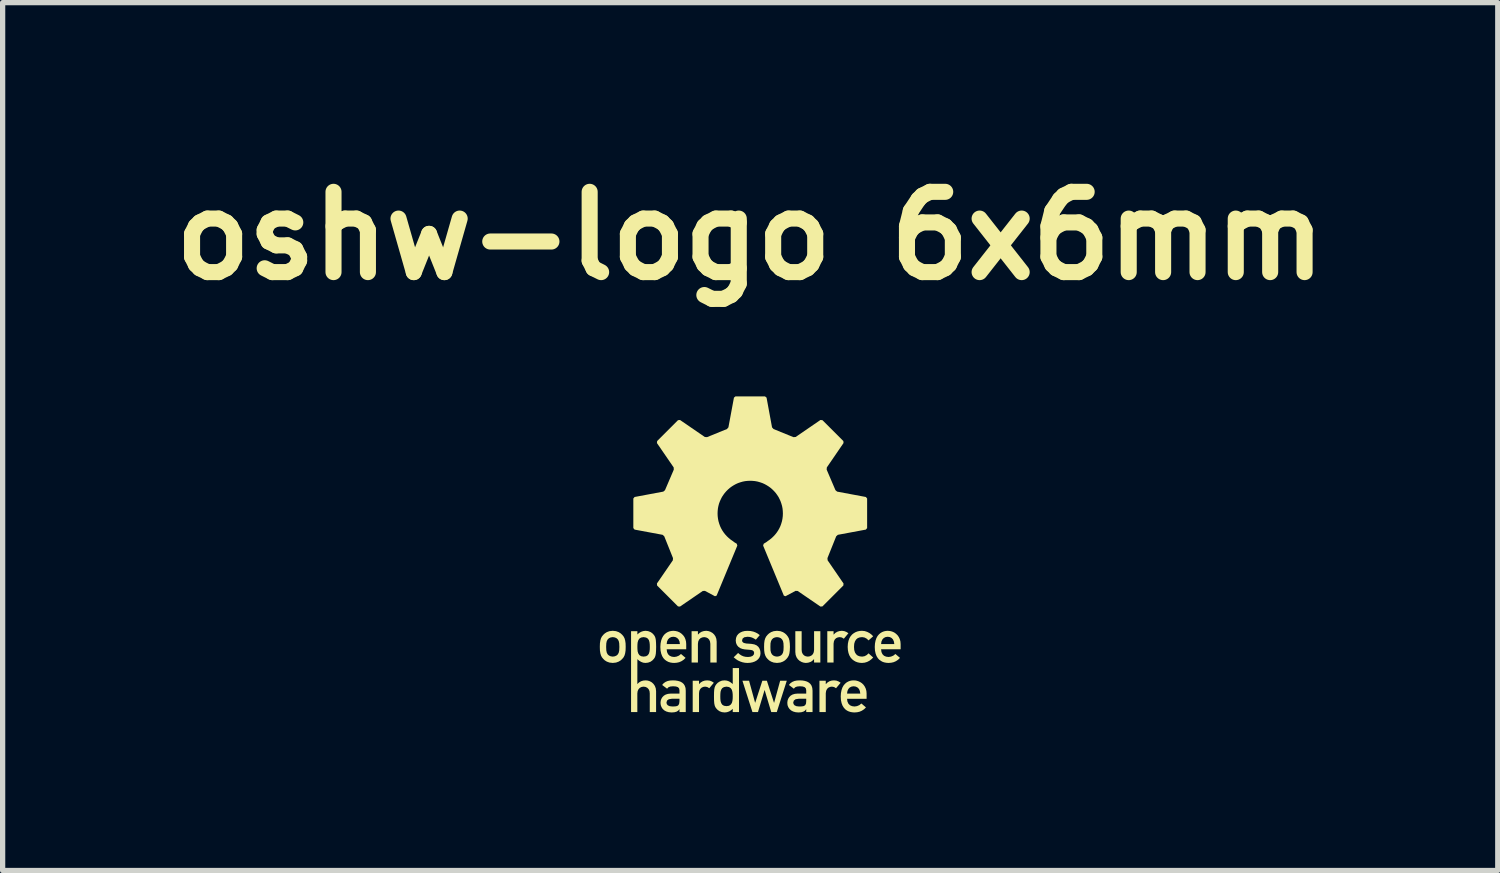
<source format=kicad_pcb>
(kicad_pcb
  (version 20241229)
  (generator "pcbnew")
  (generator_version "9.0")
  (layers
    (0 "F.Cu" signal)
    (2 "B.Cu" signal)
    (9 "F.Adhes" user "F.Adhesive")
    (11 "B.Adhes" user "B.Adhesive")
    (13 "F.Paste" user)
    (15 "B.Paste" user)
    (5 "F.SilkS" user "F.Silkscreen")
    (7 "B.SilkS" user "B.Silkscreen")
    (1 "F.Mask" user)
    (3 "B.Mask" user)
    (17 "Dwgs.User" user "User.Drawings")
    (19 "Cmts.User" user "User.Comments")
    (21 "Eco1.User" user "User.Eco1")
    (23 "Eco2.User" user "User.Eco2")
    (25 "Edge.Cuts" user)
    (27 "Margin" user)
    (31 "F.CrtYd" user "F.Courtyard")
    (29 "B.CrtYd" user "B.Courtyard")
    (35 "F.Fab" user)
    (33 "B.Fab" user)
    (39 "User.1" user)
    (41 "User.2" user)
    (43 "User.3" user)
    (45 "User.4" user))
  (footprint "oshw-logo 6x6mm"
    (layer "F.Cu")
    (at 11.191 7.474)
    (property "Reference" "oshw-logo 6x6mm" (at 0 -6.048 0) (layer "F.SilkS") (effects (font (size 1.524 1.524) (thickness 0.305))))
    (attr exclude_from_pos_files exclude_from_bom)
    (fp_poly (pts (xy -0.148 2.398) (xy 0.042 2.993) (xy 0.147 2.993) (xy 0.272 2.576) (xy 0.274 2.576) (xy 0.399 2.993) (xy 0.504 2.993) (xy 0.694 2.398) (xy 0.568 2.398) (xy 0.454 2.815) (xy 0.451 2.815) (xy 0.316 2.398) (xy 0.23 2.398) (xy 0.095 2.814) (xy 0.092 2.814) (xy -0.022 2.398) (xy -0.148 2.398)) (stroke (width 0) (type solid)) (fill yes) (layer "F.SilkS"))
    (fp_poly (pts (xy -0.815 2.391) (xy -0.861 2.395) (xy -0.902 2.408) (xy -0.939 2.43) (xy -0.97 2.461) (xy -0.972 2.461) (xy -0.972 2.398) (xy -1.092 2.398) (xy -1.092 2.993) (xy -0.972 2.993) (xy -0.972 2.635) (xy -0.966 2.589) (xy -0.948 2.554) (xy -0.922 2.529) (xy -0.891 2.515) (xy -0.856 2.51) (xy -0.816 2.517) (xy -0.777 2.54) (xy -0.691 2.436) (xy -0.728 2.412) (xy -0.769 2.396) (xy -0.815 2.391) (xy -0.815 2.391)) (stroke (width 0) (type solid)) (fill yes) (layer "F.SilkS"))
    (fp_poly (pts (xy 1.591 2.391) (xy 1.546 2.395) (xy 1.504 2.408) (xy 1.468 2.43) (xy 1.436 2.461) (xy 1.434 2.461) (xy 1.434 2.398) (xy 1.314 2.398) (xy 1.314 2.993) (xy 1.434 2.993) (xy 1.434 2.635) (xy 1.441 2.589) (xy 1.458 2.554) (xy 1.484 2.529) (xy 1.516 2.515) (xy 1.55 2.51) (xy 1.591 2.517) (xy 1.629 2.54) (xy 1.716 2.436) (xy 1.678 2.412) (xy 1.637 2.396) (xy 1.591 2.391) (xy 1.591 2.391)) (stroke (width 0) (type solid)) (fill yes) (layer "F.SilkS"))
    (fp_poly (pts (xy 1.74 1.45) (xy 1.694 1.455) (xy 1.653 1.468) (xy 1.616 1.49) (xy 1.585 1.521) (xy 1.582 1.521) (xy 1.582 1.458) (xy 1.463 1.458) (xy 1.463 2.053) (xy 1.582 2.053) (xy 1.582 1.695) (xy 1.589 1.648) (xy 1.606 1.613) (xy 1.632 1.589) (xy 1.664 1.575) (xy 1.699 1.57) (xy 1.739 1.577) (xy 1.777 1.6) (xy 1.864 1.496) (xy 1.826 1.472) (xy 1.785 1.456) (xy 1.74 1.45) (xy 1.74 1.45)) (stroke (width 0) (type solid)) (fill yes) (layer "F.SilkS"))
    (fp_poly (pts (xy -0.836 1.45) (xy -0.881 1.455) (xy -0.923 1.468) (xy -0.959 1.49) (xy -0.991 1.521) (xy -0.993 1.521) (xy -0.993 1.458) (xy -1.113 1.458) (xy -1.113 2.053) (xy -0.993 2.053) (xy -0.993 1.698) (xy -0.987 1.654) (xy -0.971 1.618) (xy -0.946 1.592) (xy -0.913 1.576) (xy -0.874 1.57) (xy -0.837 1.576) (xy -0.804 1.592) (xy -0.779 1.618) (xy -0.763 1.654) (xy -0.757 1.698) (xy -0.757 2.053) (xy -0.637 2.053) (xy -0.637 1.657) (xy -0.643 1.603) (xy -0.66 1.557) (xy -0.686 1.519) (xy -0.719 1.489) (xy -0.756 1.468) (xy -0.795 1.455) (xy -0.836 1.45)) (stroke (width 0) (type solid)) (fill yes) (layer "F.SilkS"))
    (fp_poly (pts (xy 0.856 1.458) (xy 0.856 1.853) (xy 0.862 1.907) (xy 0.879 1.953) (xy 0.905 1.991) (xy 0.938 2.021) (xy 0.975 2.042) (xy 1.015 2.055) (xy 1.056 2.06) (xy 1.101 2.055) (xy 1.142 2.042) (xy 1.178 2.02) (xy 1.209 1.989) (xy 1.212 1.989) (xy 1.212 2.053) (xy 1.331 2.053) (xy 1.331 1.458) (xy 1.212 1.458) (xy 1.212 1.812) (xy 1.206 1.856) (xy 1.19 1.892) (xy 1.164 1.918) (xy 1.132 1.934) (xy 1.094 1.94) (xy 1.056 1.934) (xy 1.023 1.918) (xy 0.998 1.892) (xy 0.981 1.856) (xy 0.976 1.812) (xy 0.976 1.458) (xy 0.856 1.458)) (stroke (width 0) (type solid)) (fill yes) (layer "F.SilkS"))
    (fp_poly (pts (xy 2.12 1.45) (xy 2.079 1.453) (xy 2.039 1.461) (xy 2.001 1.475) (xy 1.966 1.495) (xy 1.933 1.521) (xy 1.905 1.554) (xy 1.882 1.593) (xy 1.865 1.64) (xy 1.854 1.694) (xy 1.85 1.756) (xy 1.854 1.817) (xy 1.865 1.871) (xy 1.882 1.917) (xy 1.905 1.957) (xy 1.933 1.989) (xy 1.966 2.015) (xy 2.001 2.035) (xy 2.039 2.049) (xy 2.079 2.057) (xy 2.12 2.06) (xy 2.172 2.055) (xy 2.219 2.041) (xy 2.262 2.019) (xy 2.3 1.99) (xy 2.334 1.957) (xy 2.246 1.878) (xy 2.212 1.91) (xy 2.171 1.932) (xy 2.125 1.94) (xy 2.079 1.935) (xy 2.041 1.921) (xy 2.011 1.896) (xy 1.988 1.861) (xy 1.974 1.814) (xy 1.97 1.756) (xy 1.974 1.697) (xy 1.988 1.65) (xy 2.011 1.614) (xy 2.041 1.589) (xy 2.079 1.575) (xy 2.125 1.57) (xy 2.171 1.578) (xy 2.212 1.6) (xy 2.246 1.632) (xy 2.334 1.554) (xy 2.3 1.52) (xy 2.262 1.492) (xy 2.219 1.47) (xy 2.172 1.455) (xy 2.12 1.45)) (stroke (width 0) (type solid)) (fill yes) (layer "F.SilkS"))
    (fp_poly (pts (xy -0.332 2.157) (xy -0.332 2.461) (xy -0.367 2.432) (xy -0.403 2.41) (xy -0.443 2.396) (xy -0.486 2.391) (xy -0.537 2.396) (xy -0.58 2.413) (xy -0.617 2.437) (xy -0.646 2.468) (xy -0.663 2.494) (xy -0.675 2.524) (xy -0.683 2.564) (xy -0.687 2.619) (xy -0.688 2.695) (xy -0.687 2.771) (xy -0.683 2.826) (xy -0.675 2.866) (xy -0.663 2.897) (xy -0.646 2.922) (xy -0.617 2.953) (xy -0.58 2.978) (xy -0.537 2.994) (xy -0.486 3) (xy -0.45 2.996) (xy -0.45 2.88) (xy -0.498 2.873) (xy -0.531 2.853) (xy -0.551 2.822) (xy -0.563 2.784) (xy -0.567 2.741) (xy -0.568 2.695) (xy -0.567 2.649) (xy -0.563 2.606) (xy -0.551 2.568) (xy -0.531 2.538) (xy -0.498 2.518) (xy -0.45 2.51) (xy -0.402 2.518) (xy -0.37 2.539) (xy -0.349 2.57) (xy -0.338 2.609) (xy -0.333 2.651) (xy -0.332 2.695) (xy -0.333 2.739) (xy -0.338 2.781) (xy -0.349 2.82) (xy -0.37 2.851) (xy -0.402 2.873) (xy -0.45 2.88) (xy -0.45 2.996) (xy -0.442 2.995) (xy -0.4 2.981) (xy -0.364 2.959) (xy -0.332 2.931) (xy -0.332 2.993) (xy -0.213 2.993) (xy -0.213 2.157) (xy -0.332 2.157)) (stroke (width 0) (type solid)) (fill yes) (layer "F.SilkS"))
    (fp_poly (pts (xy -1.46 1.45) (xy -1.495 1.453) (xy -1.53 1.46) (xy -1.564 1.473) (xy -1.596 1.492) (xy -1.626 1.517) (xy -1.652 1.549) (xy -1.674 1.589) (xy -1.691 1.636) (xy -1.702 1.692) (xy -1.706 1.757) (xy -1.702 1.825) (xy -1.69 1.882) (xy -1.672 1.93) (xy -1.648 1.969) (xy -1.619 2) (xy -1.587 2.023) (xy -1.552 2.041) (xy -1.516 2.052) (xy -1.479 2.058) (xy -1.442 2.06) (xy -1.394 2.056) (xy -1.348 2.046) (xy -1.305 2.027) (xy -1.264 2) (xy -1.227 1.964) (xy -1.314 1.89) (xy -1.353 1.921) (xy -1.398 1.94) (xy -1.444 1.947) (xy -1.49 1.941) (xy -1.529 1.924) (xy -1.56 1.894) (xy -1.579 1.853) (xy -1.586 1.8) (xy -1.335 1.8) (xy -1.335 1.702) (xy -1.586 1.702) (xy -1.579 1.653) (xy -1.561 1.614) (xy -1.534 1.586) (xy -1.5 1.569) (xy -1.46 1.563) (xy -1.421 1.569) (xy -1.387 1.586) (xy -1.36 1.614) (xy -1.342 1.653) (xy -1.335 1.702) (xy -1.335 1.8) (xy -1.215 1.8) (xy -1.215 1.702) (xy -1.219 1.653) (xy -1.231 1.608) (xy -1.249 1.568) (xy -1.274 1.534) (xy -1.304 1.505) (xy -1.338 1.481) (xy -1.376 1.464) (xy -1.417 1.454) (xy -1.46 1.45)) (stroke (width 0) (type solid)) (fill yes) (layer "F.SilkS"))
    (fp_poly (pts (xy 1.963 2.391) (xy 1.929 2.393) (xy 1.894 2.4) (xy 1.86 2.413) (xy 1.827 2.432) (xy 1.798 2.457) (xy 1.771 2.489) (xy 1.749 2.529) (xy 1.733 2.576) (xy 1.722 2.632) (xy 1.718 2.697) (xy 1.722 2.765) (xy 1.734 2.822) (xy 1.752 2.87) (xy 1.776 2.909) (xy 1.804 2.94) (xy 1.836 2.964) (xy 1.871 2.981) (xy 1.908 2.992) (xy 1.945 2.998) (xy 1.982 3) (xy 2.03 2.996) (xy 2.075 2.986) (xy 2.119 2.967) (xy 2.16 2.94) (xy 2.197 2.904) (xy 2.11 2.83) (xy 2.071 2.861) (xy 2.026 2.88) (xy 1.98 2.887) (xy 1.934 2.881) (xy 1.894 2.864) (xy 1.864 2.834) (xy 1.845 2.793) (xy 1.838 2.741) (xy 2.089 2.741) (xy 2.089 2.642) (xy 1.838 2.642) (xy 1.845 2.593) (xy 1.863 2.554) (xy 1.889 2.526) (xy 1.924 2.509) (xy 1.963 2.503) (xy 2.003 2.509) (xy 2.037 2.526) (xy 2.064 2.554) (xy 2.081 2.593) (xy 2.089 2.642) (xy 2.089 2.741) (xy 2.209 2.741) (xy 2.209 2.642) (xy 2.205 2.593) (xy 2.193 2.548) (xy 2.174 2.508) (xy 2.15 2.474) (xy 2.12 2.445) (xy 2.085 2.422) (xy 2.047 2.405) (xy 2.006 2.394) (xy 1.963 2.391)) (stroke (width 0) (type solid)) (fill yes) (layer "F.SilkS"))
    (fp_poly (pts (xy 2.609 1.45) (xy 2.575 1.453) (xy 2.54 1.46) (xy 2.506 1.473) (xy 2.473 1.492) (xy 2.444 1.517) (xy 2.417 1.549) (xy 2.395 1.589) (xy 2.379 1.636) (xy 2.368 1.692) (xy 2.364 1.757) (xy 2.368 1.825) (xy 2.38 1.882) (xy 2.398 1.93) (xy 2.422 1.969) (xy 2.45 2) (xy 2.483 2.023) (xy 2.517 2.041) (xy 2.554 2.052) (xy 2.591 2.058) (xy 2.628 2.06) (xy 2.676 2.056) (xy 2.721 2.046) (xy 2.765 2.027) (xy 2.806 2) (xy 2.843 1.964) (xy 2.756 1.89) (xy 2.717 1.921) (xy 2.672 1.94) (xy 2.626 1.947) (xy 2.58 1.941) (xy 2.54 1.924) (xy 2.51 1.894) (xy 2.491 1.853) (xy 2.484 1.8) (xy 2.735 1.8) (xy 2.735 1.702) (xy 2.484 1.702) (xy 2.491 1.653) (xy 2.509 1.614) (xy 2.536 1.586) (xy 2.57 1.569) (xy 2.609 1.563) (xy 2.649 1.569) (xy 2.683 1.586) (xy 2.71 1.614) (xy 2.727 1.653) (xy 2.735 1.702) (xy 2.735 1.8) (xy 2.855 1.8) (xy 2.855 1.702) (xy 2.851 1.653) (xy 2.839 1.608) (xy 2.82 1.568) (xy 2.796 1.534) (xy 2.766 1.505) (xy 2.732 1.481) (xy 2.693 1.464) (xy 2.653 1.454) (xy 2.609 1.45)) (stroke (width 0) (type solid)) (fill yes) (layer "F.SilkS"))
    (fp_poly (pts (xy -2.609 1.45) (xy -2.672 1.457) (xy -2.722 1.475) (xy -2.761 1.5) (xy -2.79 1.527) (xy -2.815 1.558) (xy -2.833 1.592) (xy -2.845 1.634) (xy -2.853 1.687) (xy -2.855 1.755) (xy -2.853 1.823) (xy -2.845 1.876) (xy -2.833 1.918) (xy -2.815 1.953) (xy -2.79 1.983) (xy -2.761 2.011) (xy -2.722 2.035) (xy -2.672 2.053) (xy -2.609 2.06) (xy -2.609 1.94) (xy -2.649 1.934) (xy -2.682 1.919) (xy -2.706 1.897) (xy -2.723 1.865) (xy -2.732 1.823) (xy -2.735 1.755) (xy -2.732 1.687) (xy -2.723 1.645) (xy -2.706 1.614) (xy -2.682 1.591) (xy -2.649 1.576) (xy -2.609 1.57) (xy -2.57 1.576) (xy -2.537 1.591) (xy -2.513 1.614) (xy -2.496 1.645) (xy -2.487 1.687) (xy -2.484 1.756) (xy -2.487 1.823) (xy -2.496 1.865) (xy -2.513 1.897) (xy -2.537 1.919) (xy -2.57 1.934) (xy -2.609 1.94) (xy -2.609 2.06) (xy -2.547 2.053) (xy -2.497 2.035) (xy -2.458 2.011) (xy -2.429 1.983) (xy -2.404 1.953) (xy -2.386 1.918) (xy -2.374 1.876) (xy -2.366 1.823) (xy -2.364 1.755) (xy -2.366 1.687) (xy -2.374 1.634) (xy -2.386 1.592) (xy -2.404 1.558) (xy -2.429 1.527) (xy -2.458 1.5) (xy -2.497 1.475) (xy -2.547 1.457) (xy -2.609 1.45)) (stroke (width 0) (type solid)) (fill yes) (layer "F.SilkS"))
    (fp_poly (pts (xy 0.508 1.45) (xy 0.446 1.457) (xy 0.396 1.475) (xy 0.357 1.5) (xy 0.328 1.527) (xy 0.303 1.558) (xy 0.285 1.592) (xy 0.272 1.634) (xy 0.265 1.687) (xy 0.263 1.755) (xy 0.265 1.823) (xy 0.272 1.876) (xy 0.285 1.918) (xy 0.303 1.953) (xy 0.328 1.983) (xy 0.357 2.011) (xy 0.396 2.035) (xy 0.446 2.053) (xy 0.508 2.06) (xy 0.508 1.94) (xy 0.469 1.934) (xy 0.436 1.919) (xy 0.412 1.897) (xy 0.395 1.865) (xy 0.385 1.823) (xy 0.383 1.755) (xy 0.385 1.687) (xy 0.395 1.645) (xy 0.412 1.614) (xy 0.436 1.591) (xy 0.469 1.576) (xy 0.508 1.57) (xy 0.548 1.576) (xy 0.581 1.591) (xy 0.605 1.614) (xy 0.622 1.645) (xy 0.631 1.687) (xy 0.634 1.756) (xy 0.631 1.823) (xy 0.622 1.865) (xy 0.605 1.897) (xy 0.581 1.919) (xy 0.548 1.934) (xy 0.508 1.94) (xy 0.508 2.06) (xy 0.571 2.053) (xy 0.621 2.035) (xy 0.66 2.011) (xy 0.689 1.983) (xy 0.713 1.953) (xy 0.732 1.918) (xy 0.744 1.876) (xy 0.751 1.823) (xy 0.754 1.755) (xy 0.751 1.687) (xy 0.744 1.634) (xy 0.732 1.592) (xy 0.713 1.558) (xy 0.689 1.527) (xy 0.66 1.5) (xy 0.621 1.475) (xy 0.571 1.457) (xy 0.508 1.45)) (stroke (width 0) (type solid)) (fill yes) (layer "F.SilkS"))
    (fp_poly (pts (xy -1.471 2.391) (xy -1.522 2.394) (xy -1.567 2.403) (xy -1.607 2.42) (xy -1.642 2.444) (xy -1.672 2.478) (xy -1.578 2.549) (xy -1.553 2.522) (xy -1.518 2.508) (xy -1.465 2.503) (xy -1.41 2.507) (xy -1.372 2.52) (xy -1.35 2.544) (xy -1.343 2.58) (xy -1.343 2.642) (xy -1.509 2.642) (xy -1.56 2.647) (xy -1.603 2.66) (xy -1.639 2.681) (xy -1.667 2.709) (xy -1.687 2.742) (xy -1.699 2.778) (xy -1.703 2.818) (xy -1.698 2.861) (xy -1.684 2.899) (xy -1.662 2.933) (xy -1.631 2.961) (xy -1.592 2.982) (xy -1.546 2.995) (xy -1.492 3) (xy -1.477 2.999) (xy -1.477 2.887) (xy -1.529 2.881) (xy -1.564 2.865) (xy -1.584 2.841) (xy -1.59 2.812) (xy -1.579 2.774) (xy -1.545 2.749) (xy -1.487 2.74) (xy -1.343 2.74) (xy -1.343 2.784) (xy -1.348 2.83) (xy -1.362 2.86) (xy -1.387 2.878) (xy -1.425 2.885) (xy -1.477 2.887) (xy -1.477 2.999) (xy -1.439 2.996) (xy -1.398 2.985) (xy -1.368 2.967) (xy -1.346 2.94) (xy -1.343 2.94) (xy -1.343 2.993) (xy -1.224 2.993) (xy -1.224 2.587) (xy -1.228 2.536) (xy -1.242 2.494) (xy -1.263 2.46) (xy -1.292 2.434) (xy -1.328 2.414) (xy -1.371 2.401) (xy -1.419 2.393) (xy -1.471 2.391) (xy -1.471 2.391)) (stroke (width 0) (type solid)) (fill yes) (layer "F.SilkS"))
    (fp_poly (pts (xy 0.935 2.391) (xy 0.884 2.394) (xy 0.839 2.403) (xy 0.799 2.42) (xy 0.764 2.444) (xy 0.734 2.478) (xy 0.828 2.549) (xy 0.853 2.522) (xy 0.889 2.508) (xy 0.941 2.503) (xy 0.996 2.507) (xy 1.034 2.52) (xy 1.056 2.544) (xy 1.063 2.58) (xy 1.063 2.642) (xy 0.897 2.642) (xy 0.846 2.647) (xy 0.803 2.66) (xy 0.767 2.681) (xy 0.74 2.709) (xy 0.72 2.742) (xy 0.708 2.778) (xy 0.704 2.818) (xy 0.708 2.861) (xy 0.722 2.899) (xy 0.745 2.933) (xy 0.775 2.961) (xy 0.814 2.982) (xy 0.86 2.995) (xy 0.914 3) (xy 0.929 2.999) (xy 0.929 2.887) (xy 0.877 2.881) (xy 0.842 2.865) (xy 0.823 2.841) (xy 0.816 2.812) (xy 0.828 2.774) (xy 0.862 2.749) (xy 0.92 2.74) (xy 1.063 2.74) (xy 1.063 2.784) (xy 1.059 2.83) (xy 1.045 2.86) (xy 1.019 2.878) (xy 0.981 2.885) (xy 0.929 2.887) (xy 0.929 2.999) (xy 0.968 2.996) (xy 1.008 2.985) (xy 1.039 2.967) (xy 1.061 2.94) (xy 1.063 2.94) (xy 1.063 2.993) (xy 1.183 2.993) (xy 1.183 2.587) (xy 1.178 2.536) (xy 1.165 2.494) (xy 1.143 2.46) (xy 1.114 2.434) (xy 1.078 2.414) (xy 1.036 2.401) (xy 0.988 2.393) (xy 0.935 2.391) (xy 0.935 2.391)) (stroke (width 0) (type solid)) (fill yes) (layer "F.SilkS"))
    (fp_poly (pts (xy -0.053 1.451) (xy -0.105 1.454) (xy -0.152 1.466) (xy -0.193 1.485) (xy -0.227 1.511) (xy -0.253 1.544) (xy -0.269 1.585) (xy -0.275 1.634) (xy -0.269 1.681) (xy -0.252 1.721) (xy -0.226 1.753) (xy -0.192 1.778) (xy -0.15 1.794) (xy -0.103 1.803) (xy 0.002 1.812) (xy 0.039 1.819) (xy 0.065 1.838) (xy 0.075 1.871) (xy 0.066 1.904) (xy 0.042 1.928) (xy 0.005 1.942) (xy -0.042 1.947) (xy -0.088 1.944) (xy -0.128 1.935) (xy -0.165 1.919) (xy -0.198 1.898) (xy -0.23 1.871) (xy -0.314 1.953) (xy -0.274 1.986) (xy -0.233 2.013) (xy -0.19 2.033) (xy -0.145 2.048) (xy -0.099 2.057) (xy -0.052 2.06) (xy -0.001 2.057) (xy 0.045 2.048) (xy 0.087 2.033) (xy 0.124 2.012) (xy 0.153 1.986) (xy 0.176 1.954) (xy 0.19 1.918) (xy 0.195 1.877) (xy 0.191 1.831) (xy 0.177 1.79) (xy 0.155 1.755) (xy 0.122 1.727) (xy 0.078 1.708) (xy 0.022 1.698) (xy -0.076 1.691) (xy -0.123 1.68) (xy -0.148 1.66) (xy -0.155 1.635) (xy -0.145 1.598) (xy -0.113 1.573) (xy -0.053 1.563) (xy -0.007 1.567) (xy 0.034 1.578) (xy 0.071 1.596) (xy 0.107 1.618) (xy 0.181 1.532) (xy 0.144 1.504) (xy 0.103 1.482) (xy 0.058 1.465) (xy 0.006 1.454) (xy -0.053 1.451)) (stroke (width 0) (type solid)) (fill yes) (layer "F.SilkS"))
    (fp_poly (pts (xy -1.988 1.45) (xy -2.033 1.456) (xy -2.074 1.47) (xy -2.111 1.492) (xy -2.142 1.52) (xy -2.142 1.458) (xy -2.262 1.458) (xy -2.262 2.993) (xy -2.143 2.993) (xy -2.143 2.638) (xy -2.137 2.594) (xy -2.12 2.558) (xy -2.095 2.532) (xy -2.063 2.516) (xy -2.024 2.51) (xy -1.986 2.516) (xy -1.954 2.532) (xy -1.929 2.558) (xy -1.912 2.594) (xy -1.907 2.638) (xy -1.907 2.993) (xy -1.787 2.993) (xy -1.787 2.597) (xy -1.793 2.543) (xy -1.81 2.497) (xy -1.836 2.459) (xy -1.868 2.429) (xy -1.905 2.408) (xy -1.945 2.395) (xy -1.985 2.391) (xy -2.031 2.395) (xy -2.073 2.408) (xy -2.11 2.43) (xy -2.143 2.461) (xy -2.142 1.989) (xy -2.108 2.018) (xy -2.071 2.04) (xy -2.032 2.055) (xy -2.025 2.056) (xy -2.025 1.94) (xy -2.072 1.932) (xy -2.105 1.911) (xy -2.125 1.88) (xy -2.137 1.842) (xy -2.141 1.799) (xy -2.142 1.756) (xy -2.141 1.712) (xy -2.137 1.669) (xy -2.125 1.63) (xy -2.105 1.599) (xy -2.072 1.578) (xy -2.025 1.57) (xy -1.977 1.578) (xy -1.944 1.598) (xy -1.923 1.628) (xy -1.912 1.666) (xy -1.907 1.71) (xy -1.906 1.756) (xy -1.907 1.801) (xy -1.912 1.844) (xy -1.923 1.882) (xy -1.944 1.913) (xy -1.977 1.933) (xy -2.025 1.94) (xy -2.025 2.056) (xy -1.988 2.06) (xy -1.938 2.054) (xy -1.894 2.038) (xy -1.858 2.013) (xy -1.829 1.982) (xy -1.812 1.957) (xy -1.8 1.926) (xy -1.792 1.886) (xy -1.788 1.831) (xy -1.786 1.756) (xy -1.788 1.68) (xy -1.792 1.624) (xy -1.8 1.584) (xy -1.812 1.554) (xy -1.829 1.528) (xy -1.858 1.497) (xy -1.894 1.473) (xy -1.938 1.456) (xy -1.988 1.45) (xy -1.988 1.45)) (stroke (width 0) (type solid)) (fill yes) (layer "F.SilkS"))
    (fp_poly (pts (xy -0.28 -3) (xy -0.309 -2.976) (xy -0.414 -2.412) (xy -0.442 -2.38) (xy -0.82 -2.226) (xy -0.862 -2.229) (xy -1.333 -2.552) (xy -1.371 -2.548) (xy -1.767 -2.152) (xy -1.771 -2.114) (xy -1.453 -1.651) (xy -1.451 -1.609) (xy -1.618 -1.219) (xy -1.65 -1.192) (xy -2.195 -1.09) (xy -2.219 -1.061) (xy -2.219 -0.5) (xy -2.195 -0.471) (xy -1.663 -0.372) (xy -1.632 -0.344) (xy -1.466 0.07) (xy -1.469 0.112) (xy -1.771 0.552) (xy -1.768 0.59) (xy -1.371 0.987) (xy -1.333 0.99) (xy -0.901 0.694) (xy -0.86 0.692) (xy -0.669 0.794) (xy -0.638 0.782) (xy -0.245 -0.167) (xy -0.256 -0.203) (xy -0.304 -0.232) (xy -0.334 -0.255) (xy -0.373 -0.282) (xy -0.409 -0.312) (xy -0.443 -0.344) (xy -0.475 -0.379) (xy -0.504 -0.416) (xy -0.53 -0.455) (xy -0.553 -0.496) (xy -0.573 -0.539) (xy -0.589 -0.584) (xy -0.603 -0.631) (xy -0.612 -0.678) (xy -0.618 -0.727) (xy -0.62 -0.778) (xy -0.618 -0.826) (xy -0.613 -0.874) (xy -0.604 -0.92) (xy -0.592 -0.965) (xy -0.576 -1.008) (xy -0.557 -1.05) (xy -0.536 -1.091) (xy -0.511 -1.129) (xy -0.484 -1.166) (xy -0.454 -1.2) (xy -0.422 -1.232) (xy -0.388 -1.262) (xy -0.351 -1.289) (xy -0.313 -1.313) (xy -0.273 -1.335) (xy -0.231 -1.354) (xy -0.187 -1.369) (xy -0.142 -1.382) (xy -0.096 -1.391) (xy -0.048 -1.396) (xy 0 -1.398) (xy 0.048 -1.396) (xy 0.096 -1.391) (xy 0.142 -1.382) (xy 0.187 -1.369) (xy 0.231 -1.354) (xy 0.273 -1.335) (xy 0.313 -1.313) (xy 0.351 -1.289) (xy 0.388 -1.262) (xy 0.422 -1.232) (xy 0.454 -1.2) (xy 0.484 -1.166) (xy 0.511 -1.129) (xy 0.536 -1.091) (xy 0.557 -1.05) (xy 0.576 -1.008) (xy 0.591 -0.965) (xy 0.604 -0.92) (xy 0.613 -0.874) (xy 0.618 -0.826) (xy 0.62 -0.778) (xy 0.618 -0.727) (xy 0.612 -0.678) (xy 0.603 -0.631) (xy 0.589 -0.584) (xy 0.573 -0.539) (xy 0.553 -0.496) (xy 0.53 -0.455) (xy 0.504 -0.416) (xy 0.475 -0.379) (xy 0.443 -0.344) (xy 0.409 -0.312) (xy 0.373 -0.282) (xy 0.334 -0.255) (xy 0.304 -0.232) (xy 0.256 -0.203) (xy 0.245 -0.167) (xy 0.638 0.782) (xy 0.669 0.794) (xy 0.86 0.692) (xy 0.901 0.694) (xy 1.333 0.99) (xy 1.371 0.987) (xy 1.768 0.59) (xy 1.771 0.552) (xy 1.469 0.112) (xy 1.466 0.07) (xy 1.632 -0.344) (xy 1.663 -0.372) (xy 2.195 -0.471) (xy 2.219 -0.5) (xy 2.219 -1.061) (xy 2.195 -1.09) (xy 1.65 -1.192) (xy 1.618 -1.219) (xy 1.451 -1.609) (xy 1.454 -1.651) (xy 1.771 -2.114) (xy 1.768 -2.152) (xy 1.371 -2.548) (xy 1.333 -2.552) (xy 0.862 -2.229) (xy 0.82 -2.226) (xy 0.442 -2.38) (xy 0.414 -2.412) (xy 0.31 -2.976) (xy 0.28 -3) (xy -0.28 -3)) (stroke (width 0) (type solid)) (fill yes) (layer "F.SilkS")))
  (gr_rect
    (start -3 -3)
    (end 25.381 13.474)
    (stroke (width 0.1) (type default))
    (fill no)
    (layer "Edge.Cuts")))
</source>
